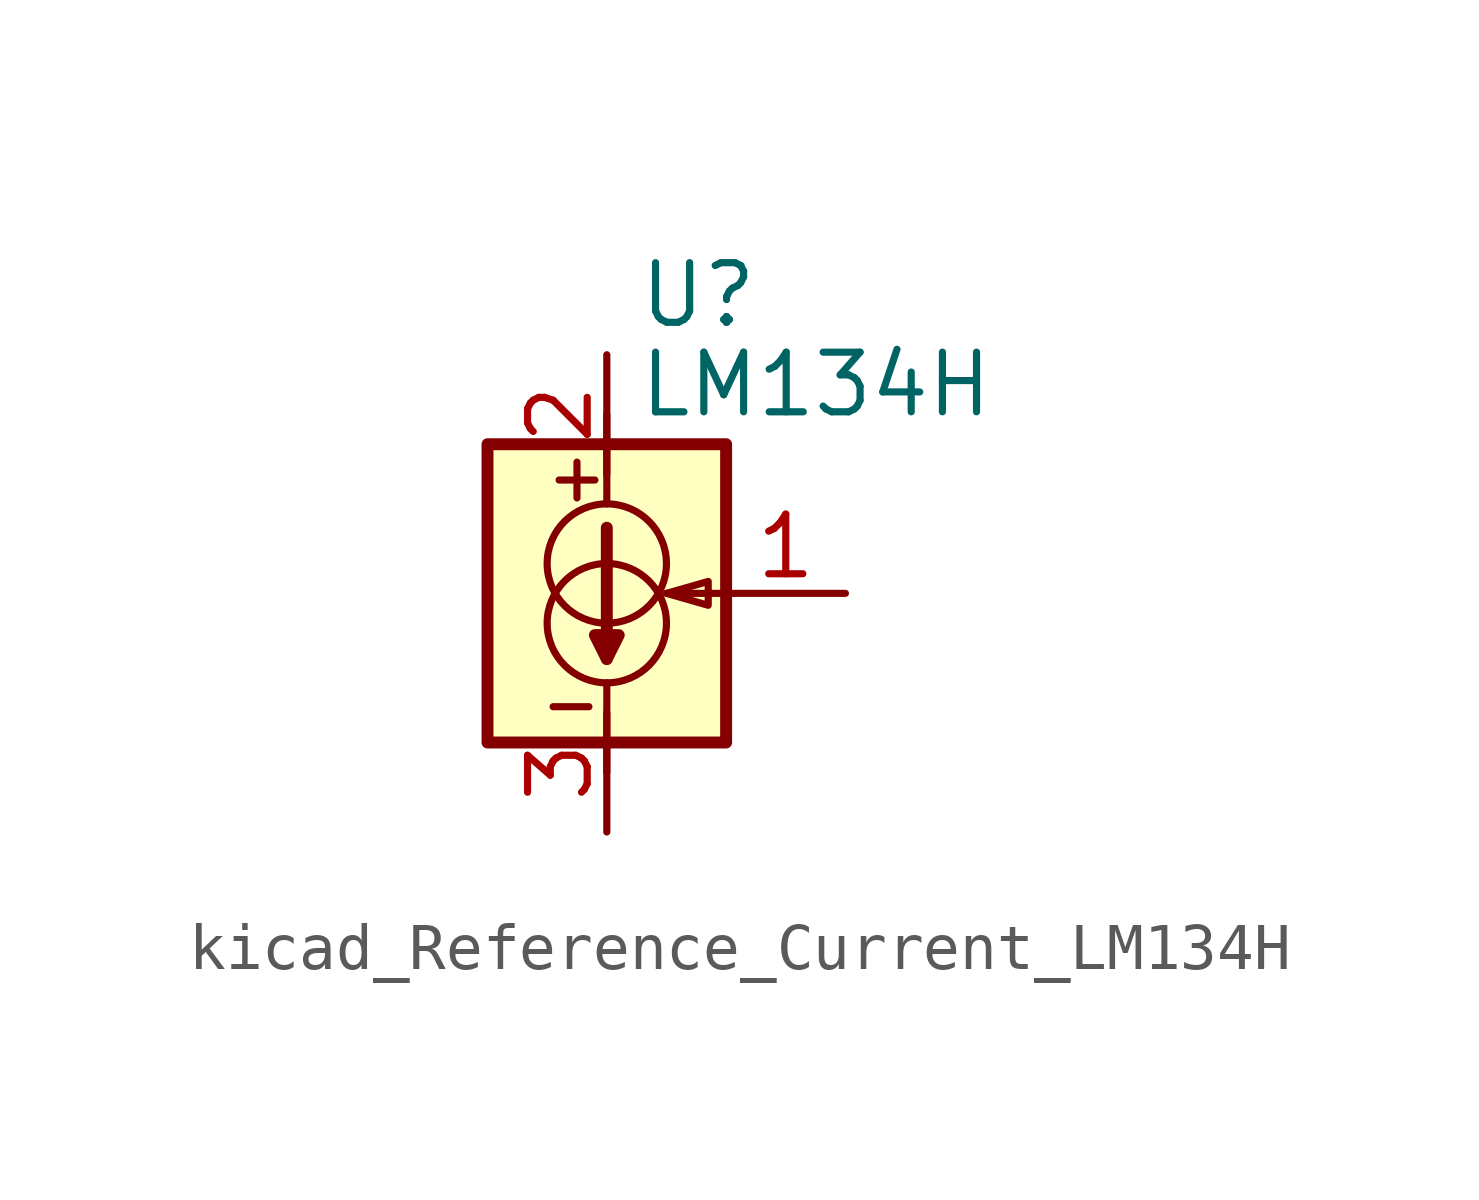
<source format=kicad_sym>
(kicad_symbol_lib
  (version 20220914)
  (generator kicad_symbol_editor)
  (symbol "kicad_Reference_Current_LM134H"
    (property "Reference" "U"
      (at 0.635 6.35 0)
      (effects (font (size 1.27 1.27)) (justify left)))
    (property "Value" "LM134H"
      (at 0.635 4.445 0)
      (effects (font (size 1.27 1.27)) (justify left)))
    (symbol "kicad_Reference_Current_LM134H_0_1"
      (rectangle (start -2.54 3.175) (end 2.54 -3.175) (stroke (width 0.254) (type default)) (fill (type background)))
      (circle (center 0 -0.635) (radius 1.27) (stroke (width 0) (type default)) (fill (type none)))
      (polyline (pts (xy -1.143 -2.413) (xy -0.381 -2.413)) (stroke (width 0) (type default)) (fill (type none)))
      (polyline (pts (xy -1.016 2.413) (xy -0.254 2.413)) (stroke (width 0) (type default)) (fill (type none)))
      (polyline (pts (xy -0.635 2.794) (xy -0.635 2.032)) (stroke (width 0) (type default)) (fill (type none)))
      (polyline (pts (xy 0 -1.905) (xy 0 -3.81)) (stroke (width 0) (type default)) (fill (type none)))
      (polyline (pts (xy 0 1.397) (xy 0 -1.397)) (stroke (width 0.254) (type default)) (fill (type none)))
      (polyline (pts (xy 0 3.81) (xy 0 1.905)) (stroke (width 0) (type default)) (fill (type none)))
      (polyline (pts (xy 2.54 0) (xy 1.27 0)) (stroke (width 0) (type default)) (fill (type none)))
      (polyline (pts (xy 0 -1.397) (xy -0.254 -0.889) (xy 0.254 -0.889) (xy 0 -1.397)) (stroke (width 0.254) (type default)) (fill (type none)))
      (polyline (pts (xy 1.27 0) (xy 2.159 0.254) (xy 2.159 -0.254) (xy 1.27 0)) (stroke (width 0) (type default)) (fill (type none)))
      (circle (center 0 0.635) (radius 1.27) (stroke (width 0) (type default)) (fill (type none))))
    (symbol "kicad_Reference_Current_LM134H_1_1"
      (pin passive line (at 5.08 0 180) (length 2.54) (name "~" (effects (font (size 1.27 1.27)))) (number "1" (effects (font (size 1.27 1.27)))))
      (pin passive line (at 0 5.08 270) (length 2.54) (name "~" (effects (font (size 1.27 1.27)))) (number "2" (effects (font (size 1.27 1.27)))))
      (pin passive line (at 0 -5.08 90) (length 2.54) (name "~" (effects (font (size 1.27 1.27)))) (number "3" (effects (font (size 1.27 1.27))))))))
</source>
